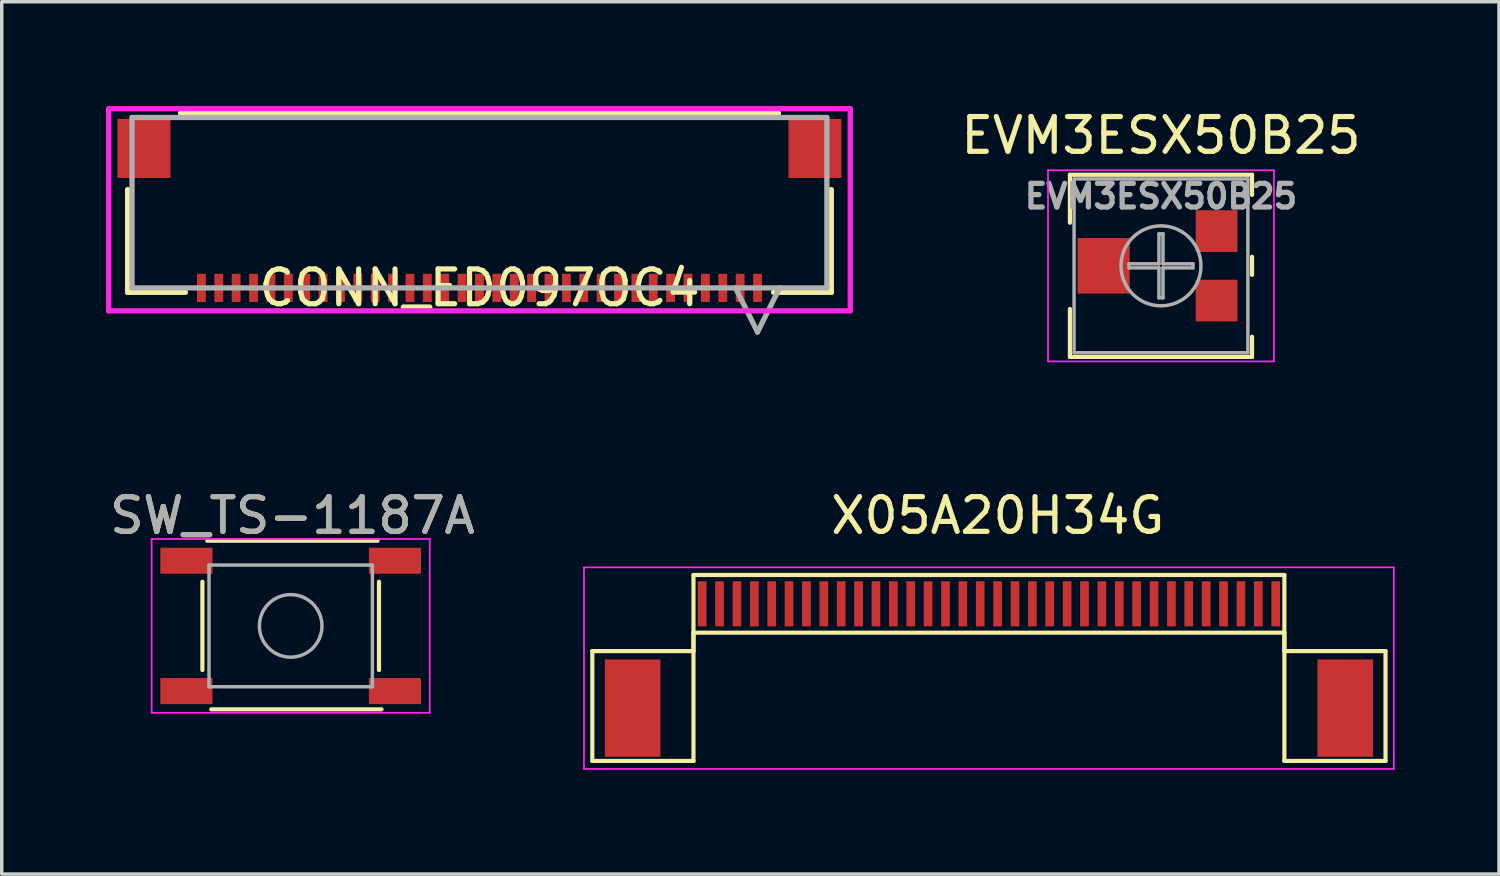
<source format=kicad_pcb>
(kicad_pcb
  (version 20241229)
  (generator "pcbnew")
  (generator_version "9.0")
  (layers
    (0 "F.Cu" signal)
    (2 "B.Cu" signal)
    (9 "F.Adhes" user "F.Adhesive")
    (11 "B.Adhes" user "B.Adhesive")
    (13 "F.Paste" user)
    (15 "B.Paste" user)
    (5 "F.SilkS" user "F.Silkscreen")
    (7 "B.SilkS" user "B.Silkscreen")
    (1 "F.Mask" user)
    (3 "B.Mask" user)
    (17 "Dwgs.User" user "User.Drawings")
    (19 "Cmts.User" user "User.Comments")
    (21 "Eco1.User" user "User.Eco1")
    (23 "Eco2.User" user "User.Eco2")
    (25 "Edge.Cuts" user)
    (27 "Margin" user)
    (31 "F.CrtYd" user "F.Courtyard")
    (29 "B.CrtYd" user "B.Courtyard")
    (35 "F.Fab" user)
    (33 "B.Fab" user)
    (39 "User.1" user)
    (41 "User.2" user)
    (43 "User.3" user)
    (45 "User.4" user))
  (footprint "EVM3ESX50B25"
    (layer "F.Cu")
    (at 30.351 4.598)
    (property "Reference" "EVM3ESX50B25" (at 0 -3.75 0) (layer "F.SilkS") (effects (font (size 1 1) (thickness 0.15))))
    (attr smd)
    (fp_line (start -2.62 -2.62) (end -2.62 -1.24) (stroke (width 0.12) (type solid)) (layer "F.SilkS"))
    (fp_line (start -2.62 -2.62) (end 2.62 -2.62) (stroke (width 0.12) (type solid)) (layer "F.SilkS"))
    (fp_line (start -2.62 1.24) (end -2.62 2.62) (stroke (width 0.12) (type solid)) (layer "F.SilkS"))
    (fp_line (start -2.62 2.62) (end 2.62 2.62) (stroke (width 0.12) (type solid)) (layer "F.SilkS"))
    (fp_line (start 2.62 -2.62) (end 2.62 -2.039) (stroke (width 0.12) (type solid)) (layer "F.SilkS"))
    (fp_line (start 2.62 -0.26) (end 2.62 0.26) (stroke (width 0.12) (type solid)) (layer "F.SilkS"))
    (fp_line (start 2.62 2.04) (end 2.62 2.62) (stroke (width 0.12) (type solid)) (layer "F.SilkS"))
    (fp_line (start -3.25 -2.75) (end -3.25 2.75) (stroke (width 0.05) (type solid)) (layer "F.CrtYd"))
    (fp_line (start -3.25 2.75) (end 3.25 2.75) (stroke (width 0.05) (type solid)) (layer "F.CrtYd"))
    (fp_line (start 3.25 -2.75) (end -3.25 -2.75) (stroke (width 0.05) (type solid)) (layer "F.CrtYd"))
    (fp_line (start 3.25 2.75) (end 3.25 -2.75) (stroke (width 0.05) (type solid)) (layer "F.CrtYd"))
    (fp_line (start -2.5 -2.5) (end -2.5 2.5) (stroke (width 0.1) (type solid)) (layer "F.Fab"))
    (fp_line (start -2.5 2.5) (end 2.5 2.5) (stroke (width 0.1) (type solid)) (layer "F.Fab"))
    (fp_line (start -0.92 -0.058) (end -0.058 -0.058) (stroke (width 0.1) (type solid)) (layer "F.Fab"))
    (fp_line (start -0.92 0.058) (end -0.92 -0.058) (stroke (width 0.1) (type solid)) (layer "F.Fab"))
    (fp_line (start -0.058 -0.92) (end 0.058 -0.92) (stroke (width 0.1) (type solid)) (layer "F.Fab"))
    (fp_line (start -0.058 -0.058) (end -0.058 -0.92) (stroke (width 0.1) (type solid)) (layer "F.Fab"))
    (fp_line (start -0.058 0.058) (end -0.92 0.058) (stroke (width 0.1) (type solid)) (layer "F.Fab"))
    (fp_line (start -0.058 0.92) (end -0.058 0.058) (stroke (width 0.1) (type solid)) (layer "F.Fab"))
    (fp_line (start 0.058 -0.92) (end 0.058 -0.058) (stroke (width 0.1) (type solid)) (layer "F.Fab"))
    (fp_line (start 0.058 -0.058) (end 0.92 -0.058) (stroke (width 0.1) (type solid)) (layer "F.Fab"))
    (fp_line (start 0.058 0.058) (end 0.058 0.92) (stroke (width 0.1) (type solid)) (layer "F.Fab"))
    (fp_line (start 0.058 0.92) (end -0.058 0.92) (stroke (width 0.1) (type solid)) (layer "F.Fab"))
    (fp_line (start 0.92 -0.058) (end 0.92 0.058) (stroke (width 0.1) (type solid)) (layer "F.Fab"))
    (fp_line (start 0.92 0.058) (end 0.058 0.058) (stroke (width 0.1) (type solid)) (layer "F.Fab"))
    (fp_line (start 2.5 -2.5) (end -2.5 -2.5) (stroke (width 0.1) (type solid)) (layer "F.Fab"))
    (fp_line (start 2.5 2.5) (end 2.5 -2.5) (stroke (width 0.1) (type solid)) (layer "F.Fab"))
    (fp_circle (center 0 0) (end 1.15 0) (stroke (width 0.1) (type solid)) (fill no) (layer "F.Fab"))
    (fp_text user "${REFERENCE}" (at 0 -2 0) (layer "F.Fab") (effects (font (size 0.68 0.68) (thickness 0.15))))
    (pad "1" smd rect (at 1.6 1) (size 1.2 1.2) (layers "F.Cu" "F.Mask" "F.Paste"))
    (pad "2" smd rect (at -1.65 0) (size 1.5 1.6) (layers "F.Cu" "F.Mask" "F.Paste"))
    (pad "3" smd rect (at 1.6 -1) (size 1.2 1.2) (layers "F.Cu" "F.Mask" "F.Paste")))
  (footprint "CONN_ED097OC4"
    (layer "F.Cu")
    (at 10.744 7.684)
    (property "Reference" "CONN_ED097OC4" (at 0 -2.451 0) (layer "F.SilkS") (effects (font (size 1 1) (thickness 0.15))))
    (attr smd)
    (fp_line (start -10.122 -5.281) (end -10.122 -2.324) (stroke (width 0.152) (type solid)) (layer "F.SilkS"))
    (fp_line (start -10.122 -2.324) (end -8.46 -2.324) (stroke (width 0.152) (type solid)) (layer "F.SilkS"))
    (fp_line (start 8.46 -2.324) (end 10.122 -2.324) (stroke (width 0.152) (type solid)) (layer "F.SilkS"))
    (fp_line (start 8.601 -7.48) (end -8.601 -7.48) (stroke (width 0.152) (type solid)) (layer "F.SilkS"))
    (fp_line (start 10.122 -2.324) (end 10.122 -5.281) (stroke (width 0.152) (type solid)) (layer "F.SilkS"))
    (fp_line (start -10.668 -7.607) (end -10.668 -1.791) (stroke (width 0.152) (type solid)) (layer "F.CrtYd"))
    (fp_line (start -10.668 -1.791) (end 10.668 -1.791) (stroke (width 0.152) (type solid)) (layer "F.CrtYd"))
    (fp_line (start 10.668 -7.607) (end -10.668 -7.607) (stroke (width 0.152) (type solid)) (layer "F.CrtYd"))
    (fp_line (start 10.668 -1.791) (end 10.668 -7.607) (stroke (width 0.152) (type solid)) (layer "F.CrtYd"))
    (fp_line (start -9.995 -7.353) (end -9.995 -2.451) (stroke (width 0.152) (type solid)) (layer "F.Fab"))
    (fp_line (start -9.995 -2.451) (end 9.995 -2.451) (stroke (width 0.152) (type solid)) (layer "F.Fab"))
    (fp_line (start 7.365 -2.451) (end 8 -1.181) (stroke (width 0.152) (type solid)) (layer "F.Fab"))
    (fp_line (start 8.635 -2.451) (end 8 -1.181) (stroke (width 0.152) (type solid)) (layer "F.Fab"))
    (fp_line (start 9.995 -7.353) (end -9.995 -7.353) (stroke (width 0.152) (type solid)) (layer "F.Fab"))
    (fp_line (start 9.995 -2.451) (end 9.995 -7.353) (stroke (width 0.152) (type solid)) (layer "F.Fab"))
    (pad "1" smd rect (at 8 -2.451 90) (size 0.813 0.254) (layers "F.Cu" "F.Mask" "F.Paste"))
    (pad "2" smd rect (at 7.5 -2.451 90) (size 0.813 0.254) (layers "F.Cu" "F.Mask" "F.Paste"))
    (pad "3" smd rect (at 7 -2.451 90) (size 0.813 0.254) (layers "F.Cu" "F.Mask" "F.Paste"))
    (pad "4" smd rect (at 6.5 -2.451 90) (size 0.813 0.254) (layers "F.Cu" "F.Mask" "F.Paste"))
    (pad "5" smd rect (at 6 -2.451 90) (size 0.813 0.254) (layers "F.Cu" "F.Mask" "F.Paste"))
    (pad "6" smd rect (at 5.5 -2.451 90) (size 0.813 0.254) (layers "F.Cu" "F.Mask" "F.Paste"))
    (pad "7" smd rect (at 5 -2.451 90) (size 0.813 0.254) (layers "F.Cu" "F.Mask" "F.Paste"))
    (pad "8" smd rect (at 4.5 -2.451 90) (size 0.813 0.254) (layers "F.Cu" "F.Mask" "F.Paste"))
    (pad "9" smd rect (at 4 -2.451 90) (size 0.813 0.254) (layers "F.Cu" "F.Mask" "F.Paste"))
    (pad "10" smd rect (at 3.5 -2.451 90) (size 0.813 0.254) (layers "F.Cu" "F.Mask" "F.Paste"))
    (pad "11" smd rect (at 3 -2.451 90) (size 0.813 0.254) (layers "F.Cu" "F.Mask" "F.Paste"))
    (pad "12" smd rect (at 2.5 -2.451 90) (size 0.813 0.254) (layers "F.Cu" "F.Mask" "F.Paste"))
    (pad "13" smd rect (at 2 -2.451 90) (size 0.813 0.254) (layers "F.Cu" "F.Mask" "F.Paste"))
    (pad "14" smd rect (at 1.5 -2.451 90) (size 0.813 0.254) (layers "F.Cu" "F.Mask" "F.Paste"))
    (pad "15" smd rect (at 1 -2.451 90) (size 0.813 0.254) (layers "F.Cu" "F.Mask" "F.Paste"))
    (pad "16" smd rect (at 0.5 -2.451 90) (size 0.813 0.254) (layers "F.Cu" "F.Mask" "F.Paste"))
    (pad "17" smd rect (at 0 -2.451 90) (size 0.813 0.254) (layers "F.Cu" "F.Mask" "F.Paste"))
    (pad "18" smd rect (at -0.5 -2.451 90) (size 0.813 0.254) (layers "F.Cu" "F.Mask" "F.Paste"))
    (pad "19" smd rect (at -1 -2.451 90) (size 0.813 0.254) (layers "F.Cu" "F.Mask" "F.Paste"))
    (pad "20" smd rect (at -1.5 -2.451 90) (size 0.813 0.254) (layers "F.Cu" "F.Mask" "F.Paste"))
    (pad "21" smd rect (at -2 -2.451 90) (size 0.813 0.254) (layers "F.Cu" "F.Mask" "F.Paste"))
    (pad "22" smd rect (at -2.5 -2.451 90) (size 0.813 0.254) (layers "F.Cu" "F.Mask" "F.Paste"))
    (pad "23" smd rect (at -3 -2.451 90) (size 0.813 0.254) (layers "F.Cu" "F.Mask" "F.Paste"))
    (pad "24" smd rect (at -3.5 -2.451 90) (size 0.813 0.254) (layers "F.Cu" "F.Mask" "F.Paste"))
    (pad "25" smd rect (at -4 -2.451 90) (size 0.813 0.254) (layers "F.Cu" "F.Mask" "F.Paste"))
    (pad "26" smd rect (at -4.5 -2.451 90) (size 0.813 0.254) (layers "F.Cu" "F.Mask" "F.Paste"))
    (pad "27" smd rect (at -5 -2.451 90) (size 0.813 0.254) (layers "F.Cu" "F.Mask" "F.Paste"))
    (pad "28" smd rect (at -5.5 -2.451 90) (size 0.813 0.254) (layers "F.Cu" "F.Mask" "F.Paste"))
    (pad "29" smd rect (at -6 -2.451 90) (size 0.813 0.254) (layers "F.Cu" "F.Mask" "F.Paste"))
    (pad "30" smd rect (at -6.5 -2.451 90) (size 0.813 0.254) (layers "F.Cu" "F.Mask" "F.Paste"))
    (pad "31" smd rect (at -7 -2.451 90) (size 0.813 0.254) (layers "F.Cu" "F.Mask" "F.Paste"))
    (pad "32" smd rect (at -7.5 -2.451 90) (size 0.813 0.254) (layers "F.Cu" "F.Mask" "F.Paste"))
    (pad "33" smd rect (at -8 -2.451 90) (size 0.813 0.254) (layers "F.Cu" "F.Mask" "F.Paste"))
    (pad "34" smd rect (at -9.652 -6.464) (size 1.524 1.702) (layers "F.Cu" "F.Mask" "F.Paste"))
    (pad "35" smd rect (at 9.652 -6.464) (size 1.524 1.702) (layers "F.Cu" "F.Mask" "F.Paste")))
  (footprint "SW_TS-1187A"
    (layer "F.Cu")
    (at 5.313 14.957)
    (property "Reference" "SW_TS-1187A" (at 0.05 -3.175 0) (layer "F.SilkS") (effects (font (size 1 1) (thickness 0.15))))
    (attr smd)
    (fp_line (start -2.54 -1.27) (end -2.54 1.27) (stroke (width 0.12) (type solid)) (layer "F.SilkS"))
    (fp_line (start -2.286 2.4) (end 2.614 2.4) (stroke (width 0.12) (type solid)) (layer "F.SilkS"))
    (fp_line (start 2.5 -2.45) (end -2.4 -2.45) (stroke (width 0.12) (type solid)) (layer "F.SilkS"))
    (fp_line (start 2.54 -1.27) (end 2.54 1.27) (stroke (width 0.12) (type solid)) (layer "F.SilkS"))
    (fp_line (start -4 -2.5) (end 4 -2.5) (stroke (width 0.05) (type solid)) (layer "F.CrtYd"))
    (fp_line (start -4 2.5) (end -4 -2.5) (stroke (width 0.05) (type solid)) (layer "F.CrtYd"))
    (fp_line (start 4 -2.5) (end 4 2.5) (stroke (width 0.05) (type solid)) (layer "F.CrtYd"))
    (fp_line (start 4 2.5) (end -4 2.5) (stroke (width 0.05) (type solid)) (layer "F.CrtYd"))
    (fp_line (start -2.35 -1.75) (end 2.35 -1.75) (stroke (width 0.1) (type solid)) (layer "F.Fab"))
    (fp_line (start -2.35 1.75) (end -2.35 -1.75) (stroke (width 0.1) (type solid)) (layer "F.Fab"))
    (fp_line (start 2.35 -1.75) (end 2.35 1.75) (stroke (width 0.1) (type solid)) (layer "F.Fab"))
    (fp_line (start 2.35 1.75) (end -2.35 1.75) (stroke (width 0.1) (type solid)) (layer "F.Fab"))
    (fp_circle (center 0 0) (end 0.9 0) (stroke (width 0.1) (type solid)) (fill no) (layer "F.Fab"))
    (fp_text user "${REFERENCE}" (at 0.05 -3.175 0) (layer "F.Fab") (effects (font (size 1 1) (thickness 0.15))))
    (pad "1" smd rect (at -3 -1.875) (size 1.5 0.75) (layers "F.Cu" "F.Mask" "F.Paste"))
    (pad "1" smd rect (at 3 -1.875) (size 1.5 0.75) (layers "F.Cu" "F.Mask" "F.Paste"))
    (pad "2" smd rect (at -3 1.875) (size 1.5 0.75) (layers "F.Cu" "F.Mask" "F.Paste"))
    (pad "2" smd rect (at 3 1.875) (size 1.5 0.75) (layers "F.Cu" "F.Mask" "F.Paste")))
  (footprint "X05A20H34G"
    (layer "F.Cu")
    (at 25.401 14.322)
    (property "Reference" "X05A20H34G" (at 0.254 -2.54 0) (layer "F.SilkS") (effects (font (size 1 1) (thickness 0.15))))
    (attr smd)
    (fp_line (start -11.41 1.36) (end -8.5 1.36) (stroke (width 0.12) (type solid)) (layer "F.SilkS"))
    (fp_line (start -11.41 4.52) (end -11.41 1.36) (stroke (width 0.12) (type solid)) (layer "F.SilkS"))
    (fp_line (start -8.5 -0.83) (end 8.5 -0.83) (stroke (width 0.12) (type solid)) (layer "F.SilkS"))
    (fp_line (start -8.5 0.83) (end -8.5 4.52) (stroke (width 0.12) (type solid)) (layer "F.SilkS"))
    (fp_line (start -8.5 0.83) (end 8.5 0.83) (stroke (width 0.12) (type solid)) (layer "F.SilkS"))
    (fp_line (start -8.5 1.36) (end -8.5 -0.83) (stroke (width 0.12) (type solid)) (layer "F.SilkS"))
    (fp_line (start -8.5 4.52) (end -11.41 4.52) (stroke (width 0.12) (type solid)) (layer "F.SilkS"))
    (fp_line (start 8.5 0.83) (end 8.5 4.52) (stroke (width 0.12) (type solid)) (layer "F.SilkS"))
    (fp_line (start 8.5 1.36) (end 8.5 -0.83) (stroke (width 0.12) (type solid)) (layer "F.SilkS"))
    (fp_line (start 8.5 4.52) (end 11.41 4.52) (stroke (width 0.12) (type solid)) (layer "F.SilkS"))
    (fp_line (start 11.41 1.36) (end 8.5 1.36) (stroke (width 0.12) (type solid)) (layer "F.SilkS"))
    (fp_line (start 11.41 4.52) (end 11.41 1.36) (stroke (width 0.12) (type solid)) (layer "F.SilkS"))
    (fp_line (start -11.65 -1.05) (end -11.65 4.75) (stroke (width 0.05) (type solid)) (layer "F.CrtYd"))
    (fp_line (start -11.65 -1.05) (end 11.65 -1.05) (stroke (width 0.05) (type solid)) (layer "F.CrtYd"))
    (fp_line (start -11.65 4.75) (end 11.65 4.75) (stroke (width 0.05) (type solid)) (layer "F.CrtYd"))
    (fp_line (start 11.65 -1.05) (end 11.65 4.75) (stroke (width 0.05) (type solid)) (layer "F.CrtYd"))
    (pad "0" smd rect (at -10.25 3) (size 1.6 2.8) (layers "F.Cu" "F.Mask" "F.Paste"))
    (pad "0" smd rect (at 10.25 3) (size 1.6 2.8) (layers "F.Cu" "F.Mask" "F.Paste"))
    (pad "1" smd rect (at -8.25 0) (size 0.25 1.3) (layers "F.Cu" "F.Mask" "F.Paste"))
    (pad "2" smd rect (at -7.75 0) (size 0.25 1.3) (layers "F.Cu" "F.Mask" "F.Paste"))
    (pad "3" smd rect (at -7.25 0) (size 0.25 1.3) (layers "F.Cu" "F.Mask" "F.Paste"))
    (pad "4" smd rect (at -6.75 0) (size 0.25 1.3) (layers "F.Cu" "F.Mask" "F.Paste"))
    (pad "5" smd rect (at -6.25 0) (size 0.25 1.3) (layers "F.Cu" "F.Mask" "F.Paste"))
    (pad "6" smd rect (at -5.75 0) (size 0.25 1.3) (layers "F.Cu" "F.Mask" "F.Paste"))
    (pad "7" smd rect (at -5.25 0) (size 0.25 1.3) (layers "F.Cu" "F.Mask" "F.Paste"))
    (pad "8" smd rect (at -4.75 0) (size 0.25 1.3) (layers "F.Cu" "F.Mask" "F.Paste"))
    (pad "9" smd rect (at -4.25 0) (size 0.25 1.3) (layers "F.Cu" "F.Mask" "F.Paste"))
    (pad "10" smd rect (at -3.75 0) (size 0.25 1.3) (layers "F.Cu" "F.Mask" "F.Paste"))
    (pad "11" smd rect (at -3.25 0) (size 0.25 1.3) (layers "F.Cu" "F.Mask" "F.Paste"))
    (pad "12" smd rect (at -2.75 0) (size 0.25 1.3) (layers "F.Cu" "F.Mask" "F.Paste"))
    (pad "13" smd rect (at -2.25 0) (size 0.25 1.3) (layers "F.Cu" "F.Mask" "F.Paste"))
    (pad "14" smd rect (at -1.75 0) (size 0.25 1.3) (layers "F.Cu" "F.Mask" "F.Paste"))
    (pad "15" smd rect (at -1.25 0) (size 0.25 1.3) (layers "F.Cu" "F.Mask" "F.Paste"))
    (pad "16" smd rect (at -0.75 0) (size 0.25 1.3) (layers "F.Cu" "F.Mask" "F.Paste"))
    (pad "17" smd rect (at -0.25 0) (size 0.25 1.3) (layers "F.Cu" "F.Mask" "F.Paste"))
    (pad "18" smd rect (at 0.25 0) (size 0.25 1.3) (layers "F.Cu" "F.Mask" "F.Paste"))
    (pad "19" smd rect (at 0.75 0) (size 0.25 1.3) (layers "F.Cu" "F.Mask" "F.Paste"))
    (pad "20" smd rect (at 1.25 0) (size 0.25 1.3) (layers "F.Cu" "F.Mask" "F.Paste"))
    (pad "21" smd rect (at 1.75 0) (size 0.25 1.3) (layers "F.Cu" "F.Mask" "F.Paste"))
    (pad "22" smd rect (at 2.25 0) (size 0.25 1.3) (layers "F.Cu" "F.Mask" "F.Paste"))
    (pad "23" smd rect (at 2.75 0) (size 0.25 1.3) (layers "F.Cu" "F.Mask" "F.Paste"))
    (pad "24" smd rect (at 3.25 0) (size 0.25 1.3) (layers "F.Cu" "F.Mask" "F.Paste"))
    (pad "25" smd rect (at 3.75 0) (size 0.25 1.3) (layers "F.Cu" "F.Mask" "F.Paste"))
    (pad "26" smd rect (at 4.25 0) (size 0.25 1.3) (layers "F.Cu" "F.Mask" "F.Paste"))
    (pad "27" smd rect (at 4.75 0) (size 0.25 1.3) (layers "F.Cu" "F.Mask" "F.Paste"))
    (pad "28" smd rect (at 5.25 0) (size 0.25 1.3) (layers "F.Cu" "F.Mask" "F.Paste"))
    (pad "29" smd rect (at 5.75 0) (size 0.25 1.3) (layers "F.Cu" "F.Mask" "F.Paste"))
    (pad "30" smd rect (at 6.25 0) (size 0.25 1.3) (layers "F.Cu" "F.Mask" "F.Paste"))
    (pad "31" smd rect (at 6.75 0) (size 0.25 1.3) (layers "F.Cu" "F.Mask" "F.Paste"))
    (pad "32" smd rect (at 7.25 0) (size 0.25 1.3) (layers "F.Cu" "F.Mask" "F.Paste"))
    (pad "33" smd rect (at 7.75 0) (size 0.25 1.3) (layers "F.Cu" "F.Mask" "F.Paste"))
    (pad "34" smd rect (at 8.25 0) (size 0.25 1.3) (layers "F.Cu" "F.Mask" "F.Paste")))
  (gr_rect
    (start -3 -3)
    (end 40.076 22.097)
    (stroke (width 0.1) (type default))
    (fill no)
    (layer "Edge.Cuts")))
</source>
